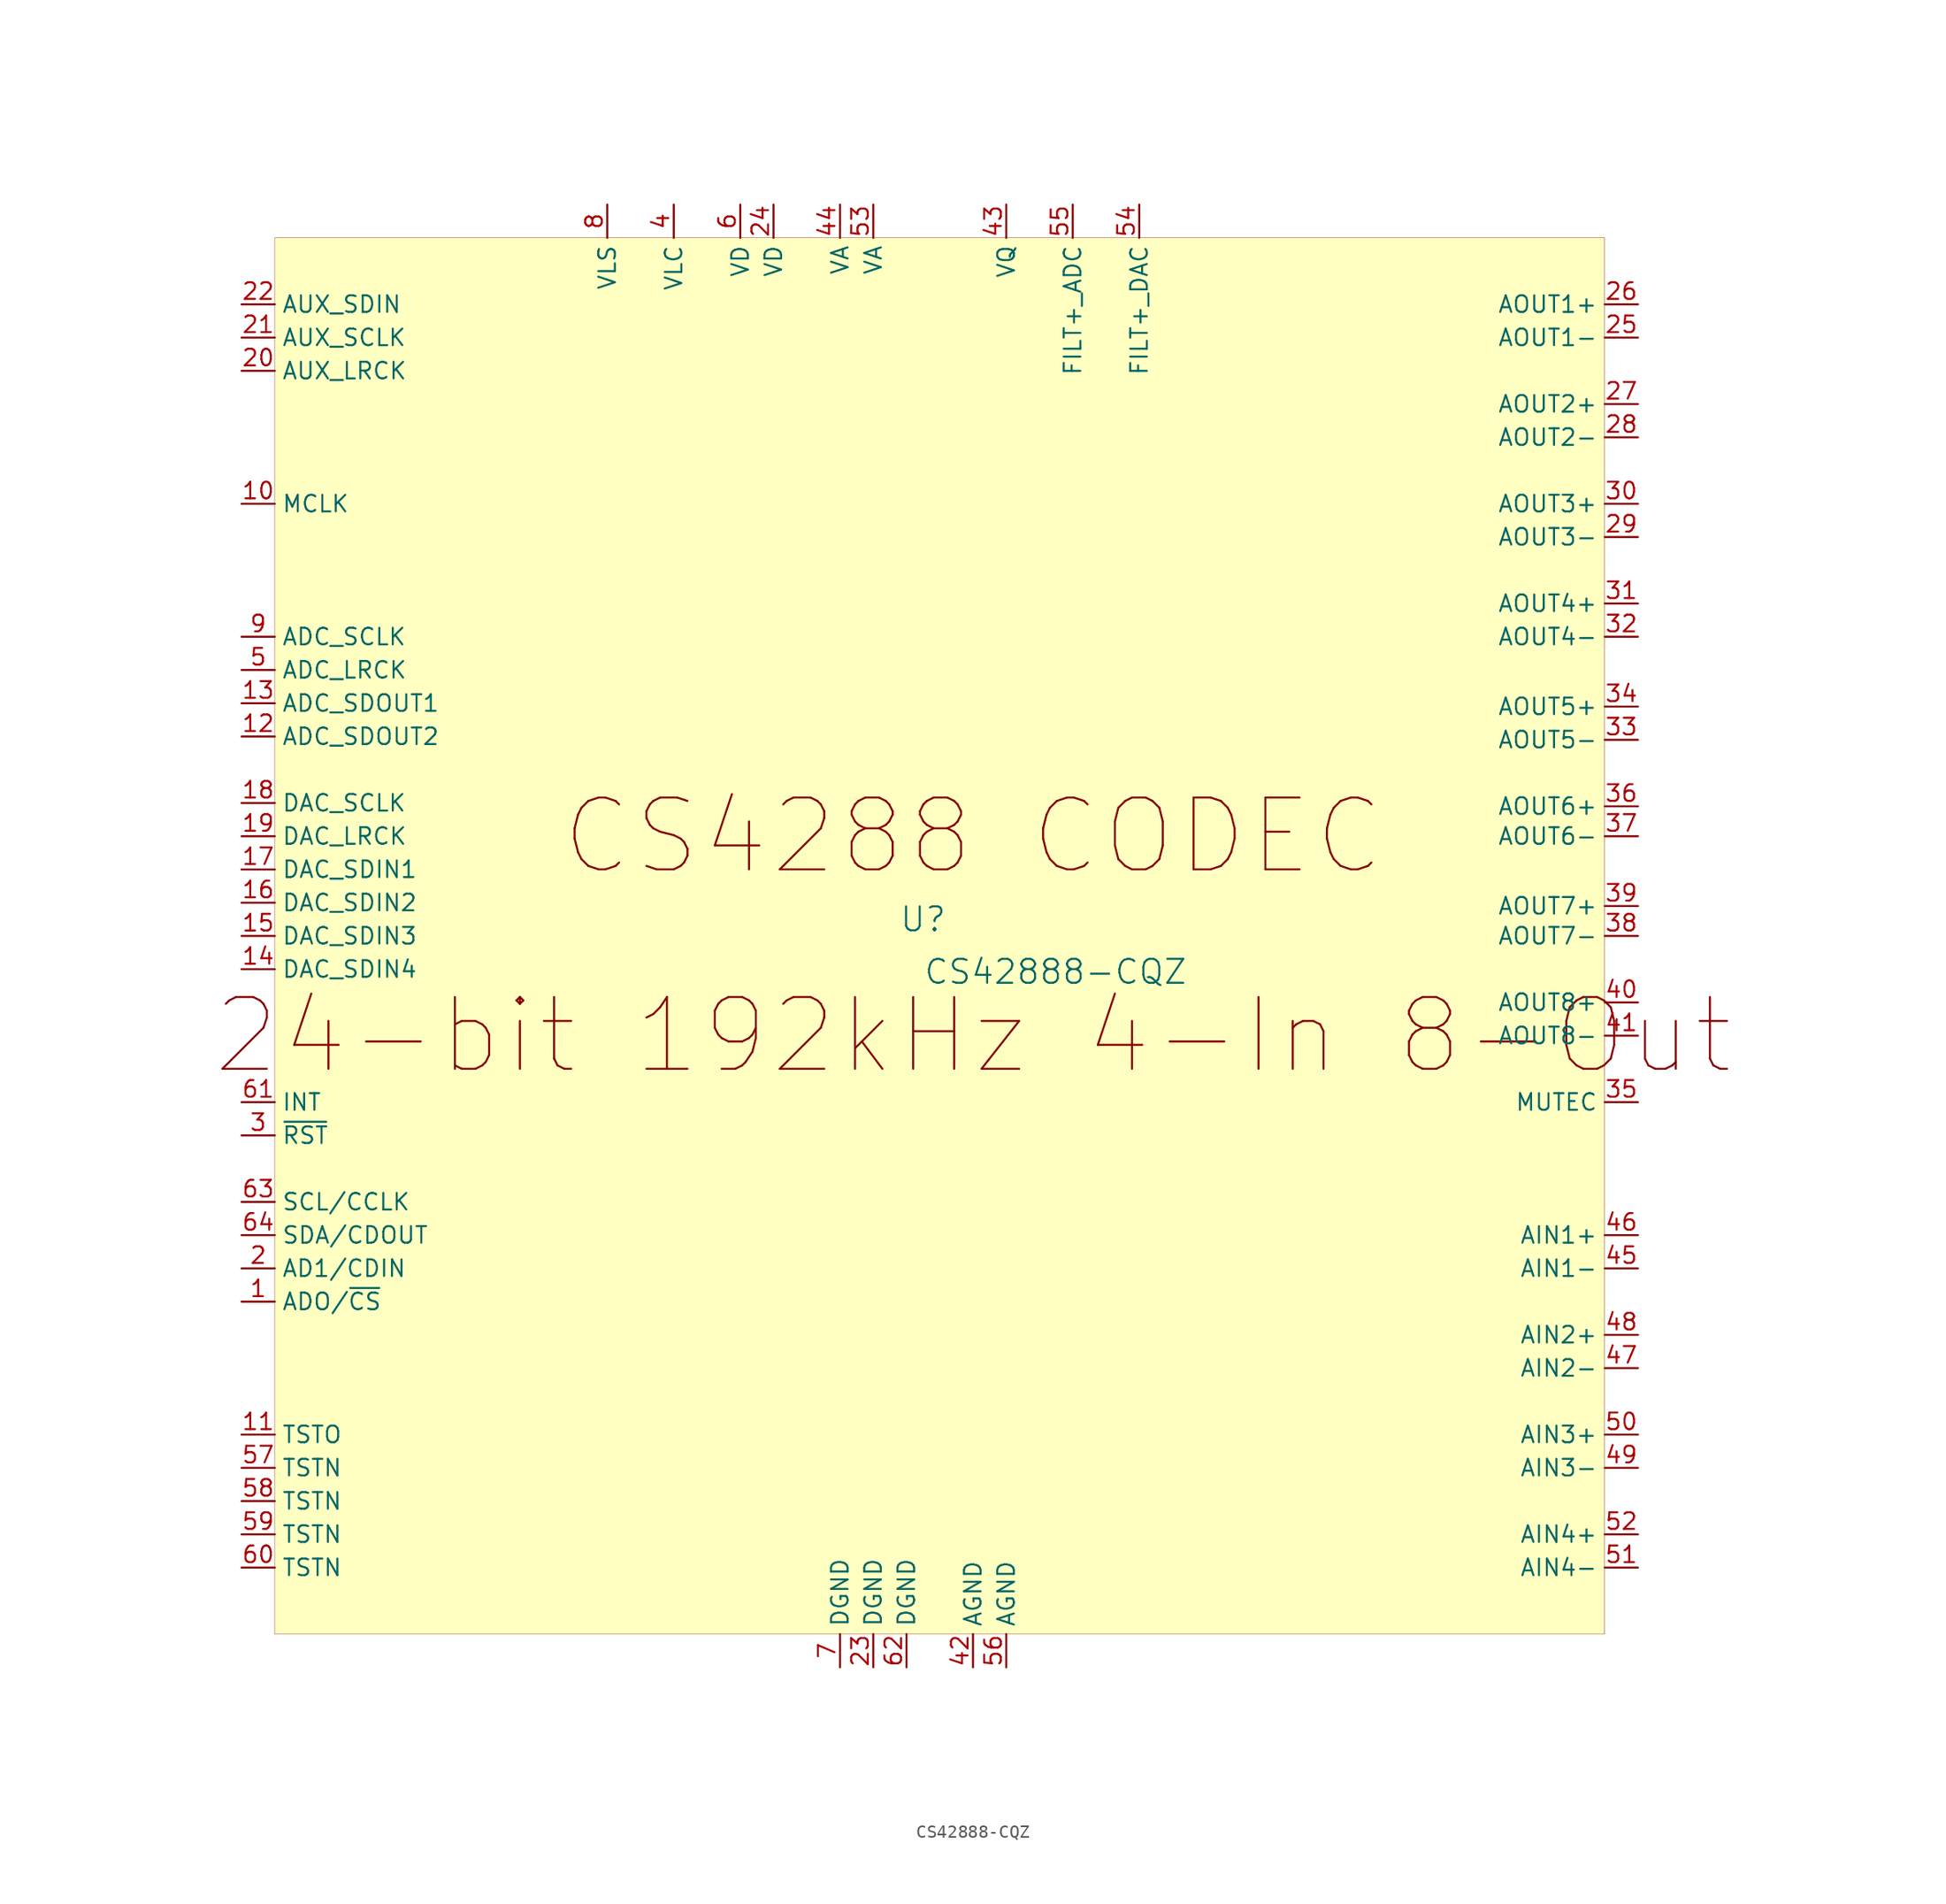
<source format=kicad_sym>
(kicad_symbol_lib
  (version 20231120)
  (generator "kicad_symbol_editor")
  (generator_version "8.0")
  (symbol "CS42888-CQZ"
    (property "Reference" "U"
      (at -1.27 1.27 0)
      (effects (font (size 1.829 1.829))))
    (property "Value" "CS42888-CQZ"
      (at -1.27 -3.81 0)
      (effects (font (size 1.829 1.829)) (justify left bottom)))
    (symbol "CS42888-CQZ_1_0"
      (rectangle (start 50.8 53.34) (end -50.8 -53.34) (stroke (width 0.025) (type solid) (color 128 0 0 1)) (fill (type background)))
      (text "24-bit 192kHz 4-In 8-Out" (at 2.54 -7.62 0) (effects (font (size 5.486 5.486))))
      (text "CS4288 CODEC" (at 2.54 7.62 0) (effects (font (size 5.486 5.486))))
      (pin input line (at -53.34 -27.94 0) (length 2.54) (name "ADO/~{CS}" (effects (font (size 1.27 1.27)))) (number "1" (effects (font (size 1.27 1.27)))))
      (pin input line (at -53.34 33.02 0) (length 2.54) (name "MCLK" (effects (font (size 1.27 1.27)))) (number "10" (effects (font (size 1.27 1.27)))))
      (pin passive line (at -53.34 -38.1 0) (length 2.54) (name "TSTO" (effects (font (size 1.27 1.27)))) (number "11" (effects (font (size 1.27 1.27)))))
      (pin output line (at -53.34 15.24 0) (length 2.54) (name "ADC_SDOUT2" (effects (font (size 1.27 1.27)))) (number "12" (effects (font (size 1.27 1.27)))))
      (pin output line (at -53.34 17.78 0) (length 2.54) (name "ADC_SDOUT1" (effects (font (size 1.27 1.27)))) (number "13" (effects (font (size 1.27 1.27)))))
      (pin input line (at -53.34 -2.54 0) (length 2.54) (name "DAC_SDIN4" (effects (font (size 1.27 1.27)))) (number "14" (effects (font (size 1.27 1.27)))))
      (pin input line (at -53.34 0 0) (length 2.54) (name "DAC_SDIN3" (effects (font (size 1.27 1.27)))) (number "15" (effects (font (size 1.27 1.27)))))
      (pin input line (at -53.34 2.54 0) (length 2.54) (name "DAC_SDIN2" (effects (font (size 1.27 1.27)))) (number "16" (effects (font (size 1.27 1.27)))))
      (pin input line (at -53.34 5.08 0) (length 2.54) (name "DAC_SDIN1" (effects (font (size 1.27 1.27)))) (number "17" (effects (font (size 1.27 1.27)))))
      (pin bidirectional line (at -53.34 10.16 0) (length 2.54) (name "DAC_SCLK" (effects (font (size 1.27 1.27)))) (number "18" (effects (font (size 1.27 1.27)))))
      (pin bidirectional line (at -53.34 7.62 0) (length 2.54) (name "DAC_LRCK" (effects (font (size 1.27 1.27)))) (number "19" (effects (font (size 1.27 1.27)))))
      (pin input line (at -53.34 -25.4 0) (length 2.54) (name "AD1/CDIN" (effects (font (size 1.27 1.27)))) (number "2" (effects (font (size 1.27 1.27)))))
      (pin output line (at -53.34 43.18 0) (length 2.54) (name "AUX_LRCK" (effects (font (size 1.27 1.27)))) (number "20" (effects (font (size 1.27 1.27)))))
      (pin output line (at -53.34 45.72 0) (length 2.54) (name "AUX_SCLK" (effects (font (size 1.27 1.27)))) (number "21" (effects (font (size 1.27 1.27)))))
      (pin input line (at -53.34 48.26 0) (length 2.54) (name "AUX_SDIN" (effects (font (size 1.27 1.27)))) (number "22" (effects (font (size 1.27 1.27)))))
      (pin power_in line (at -5.08 -55.88 90) (length 2.54) (name "DGND" (effects (font (size 1.27 1.27)))) (number "23" (effects (font (size 1.27 1.27)))))
      (pin power_in line (at -12.7 55.88 270) (length 2.54) (name "VD" (effects (font (size 1.27 1.27)))) (number "24" (effects (font (size 1.27 1.27)))))
      (pin output line (at 53.34 45.72 180) (length 2.54) (name "AOUT1-" (effects (font (size 1.27 1.27)))) (number "25" (effects (font (size 1.27 1.27)))))
      (pin output line (at 53.34 48.26 180) (length 2.54) (name "AOUT1+" (effects (font (size 1.27 1.27)))) (number "26" (effects (font (size 1.27 1.27)))))
      (pin output line (at 53.34 40.64 180) (length 2.54) (name "AOUT2+" (effects (font (size 1.27 1.27)))) (number "27" (effects (font (size 1.27 1.27)))))
      (pin output line (at 53.34 38.1 180) (length 2.54) (name "AOUT2-" (effects (font (size 1.27 1.27)))) (number "28" (effects (font (size 1.27 1.27)))))
      (pin output line (at 53.34 30.48 180) (length 2.54) (name "AOUT3-" (effects (font (size 1.27 1.27)))) (number "29" (effects (font (size 1.27 1.27)))))
      (pin input line (at -53.34 -15.24 0) (length 2.54) (name "~{RST}" (effects (font (size 1.27 1.27)))) (number "3" (effects (font (size 1.27 1.27)))))
      (pin output line (at 53.34 33.02 180) (length 2.54) (name "AOUT3+" (effects (font (size 1.27 1.27)))) (number "30" (effects (font (size 1.27 1.27)))))
      (pin output line (at 53.34 25.4 180) (length 2.54) (name "AOUT4+" (effects (font (size 1.27 1.27)))) (number "31" (effects (font (size 1.27 1.27)))))
      (pin output line (at 53.34 22.86 180) (length 2.54) (name "AOUT4-" (effects (font (size 1.27 1.27)))) (number "32" (effects (font (size 1.27 1.27)))))
      (pin output line (at 53.34 14.986 180) (length 2.54) (name "AOUT5-" (effects (font (size 1.27 1.27)))) (number "33" (effects (font (size 1.27 1.27)))))
      (pin output line (at 53.34 17.526 180) (length 2.54) (name "AOUT5+" (effects (font (size 1.27 1.27)))) (number "34" (effects (font (size 1.27 1.27)))))
      (pin output line (at 53.34 -12.7 180) (length 2.54) (name "MUTEC" (effects (font (size 1.27 1.27)))) (number "35" (effects (font (size 1.27 1.27)))))
      (pin output line (at 53.34 9.906 180) (length 2.54) (name "AOUT6+" (effects (font (size 1.27 1.27)))) (number "36" (effects (font (size 1.27 1.27)))))
      (pin output line (at 53.34 7.62 180) (length 2.54) (name "AOUT6-" (effects (font (size 1.27 1.27)))) (number "37" (effects (font (size 1.27 1.27)))))
      (pin output line (at 53.34 0 180) (length 2.54) (name "AOUT7-" (effects (font (size 1.27 1.27)))) (number "38" (effects (font (size 1.27 1.27)))))
      (pin output line (at 53.34 2.286 180) (length 2.54) (name "AOUT7+" (effects (font (size 1.27 1.27)))) (number "39" (effects (font (size 1.27 1.27)))))
      (pin power_in line (at -20.32 55.88 270) (length 2.54) (name "VLC" (effects (font (size 1.27 1.27)))) (number "4" (effects (font (size 1.27 1.27)))))
      (pin output line (at 53.34 -5.08 180) (length 2.54) (name "AOUT8+" (effects (font (size 1.27 1.27)))) (number "40" (effects (font (size 1.27 1.27)))))
      (pin output line (at 53.34 -7.62 180) (length 2.54) (name "AOUT8-" (effects (font (size 1.27 1.27)))) (number "41" (effects (font (size 1.27 1.27)))))
      (pin power_in line (at 2.54 -55.88 90) (length 2.54) (name "AGND" (effects (font (size 1.27 1.27)))) (number "42" (effects (font (size 1.27 1.27)))))
      (pin power_in line (at 5.08 55.88 270) (length 2.54) (name "VQ" (effects (font (size 1.27 1.27)))) (number "43" (effects (font (size 1.27 1.27)))))
      (pin power_in line (at -7.62 55.88 270) (length 2.54) (name "VA" (effects (font (size 1.27 1.27)))) (number "44" (effects (font (size 1.27 1.27)))))
      (pin input line (at 53.34 -25.4 180) (length 2.54) (name "AIN1-" (effects (font (size 1.27 1.27)))) (number "45" (effects (font (size 1.27 1.27)))))
      (pin input line (at 53.34 -22.86 180) (length 2.54) (name "AIN1+" (effects (font (size 1.27 1.27)))) (number "46" (effects (font (size 1.27 1.27)))))
      (pin input line (at 53.34 -33.02 180) (length 2.54) (name "AIN2-" (effects (font (size 1.27 1.27)))) (number "47" (effects (font (size 1.27 1.27)))))
      (pin input line (at 53.34 -30.48 180) (length 2.54) (name "AIN2+" (effects (font (size 1.27 1.27)))) (number "48" (effects (font (size 1.27 1.27)))))
      (pin input line (at 53.34 -40.64 180) (length 2.54) (name "AIN3-" (effects (font (size 1.27 1.27)))) (number "49" (effects (font (size 1.27 1.27)))))
      (pin bidirectional line (at -53.34 20.32 0) (length 2.54) (name "ADC_LRCK" (effects (font (size 1.27 1.27)))) (number "5" (effects (font (size 1.27 1.27)))))
      (pin input line (at 53.34 -38.1 180) (length 2.54) (name "AIN3+" (effects (font (size 1.27 1.27)))) (number "50" (effects (font (size 1.27 1.27)))))
      (pin input line (at 53.34 -48.26 180) (length 2.54) (name "AIN4-" (effects (font (size 1.27 1.27)))) (number "51" (effects (font (size 1.27 1.27)))))
      (pin input line (at 53.34 -45.72 180) (length 2.54) (name "AIN4+" (effects (font (size 1.27 1.27)))) (number "52" (effects (font (size 1.27 1.27)))))
      (pin power_in line (at -5.08 55.88 270) (length 2.54) (name "VA" (effects (font (size 1.27 1.27)))) (number "53" (effects (font (size 1.27 1.27)))))
      (pin power_in line (at 15.24 55.88 270) (length 2.54) (name "FILT+_DAC" (effects (font (size 1.27 1.27)))) (number "54" (effects (font (size 1.27 1.27)))))
      (pin power_in line (at 10.16 55.88 270) (length 2.54) (name "FILT+_ADC" (effects (font (size 1.27 1.27)))) (number "55" (effects (font (size 1.27 1.27)))))
      (pin power_in line (at 5.08 -55.88 90) (length 2.54) (name "AGND" (effects (font (size 1.27 1.27)))) (number "56" (effects (font (size 1.27 1.27)))))
      (pin passive line (at -53.34 -40.64 0) (length 2.54) (name "TSTN" (effects (font (size 1.27 1.27)))) (number "57" (effects (font (size 1.27 1.27)))))
      (pin passive line (at -53.34 -43.18 0) (length 2.54) (name "TSTN" (effects (font (size 1.27 1.27)))) (number "58" (effects (font (size 1.27 1.27)))))
      (pin passive line (at -53.34 -45.72 0) (length 2.54) (name "TSTN" (effects (font (size 1.27 1.27)))) (number "59" (effects (font (size 1.27 1.27)))))
      (pin power_in line (at -15.24 55.88 270) (length 2.54) (name "VD" (effects (font (size 1.27 1.27)))) (number "6" (effects (font (size 1.27 1.27)))))
      (pin passive line (at -53.34 -48.26 0) (length 2.54) (name "TSTN" (effects (font (size 1.27 1.27)))) (number "60" (effects (font (size 1.27 1.27)))))
      (pin output line (at -53.34 -12.7 0) (length 2.54) (name "INT" (effects (font (size 1.27 1.27)))) (number "61" (effects (font (size 1.27 1.27)))))
      (pin power_in line (at -2.54 -55.88 90) (length 2.54) (name "DGND" (effects (font (size 1.27 1.27)))) (number "62" (effects (font (size 1.27 1.27)))))
      (pin input line (at -53.34 -20.32 0) (length 2.54) (name "SCL/CCLK" (effects (font (size 1.27 1.27)))) (number "63" (effects (font (size 1.27 1.27)))))
      (pin bidirectional line (at -53.34 -22.86 0) (length 2.54) (name "SDA/CDOUT" (effects (font (size 1.27 1.27)))) (number "64" (effects (font (size 1.27 1.27)))))
      (pin power_in line (at -7.62 -55.88 90) (length 2.54) (name "DGND" (effects (font (size 1.27 1.27)))) (number "7" (effects (font (size 1.27 1.27)))))
      (pin power_in line (at -25.4 55.88 270) (length 2.54) (name "VLS" (effects (font (size 1.27 1.27)))) (number "8" (effects (font (size 1.27 1.27)))))
      (pin bidirectional line (at -53.34 22.86 0) (length 2.54) (name "ADC_SCLK" (effects (font (size 1.27 1.27)))) (number "9" (effects (font (size 1.27 1.27))))))))
</source>
